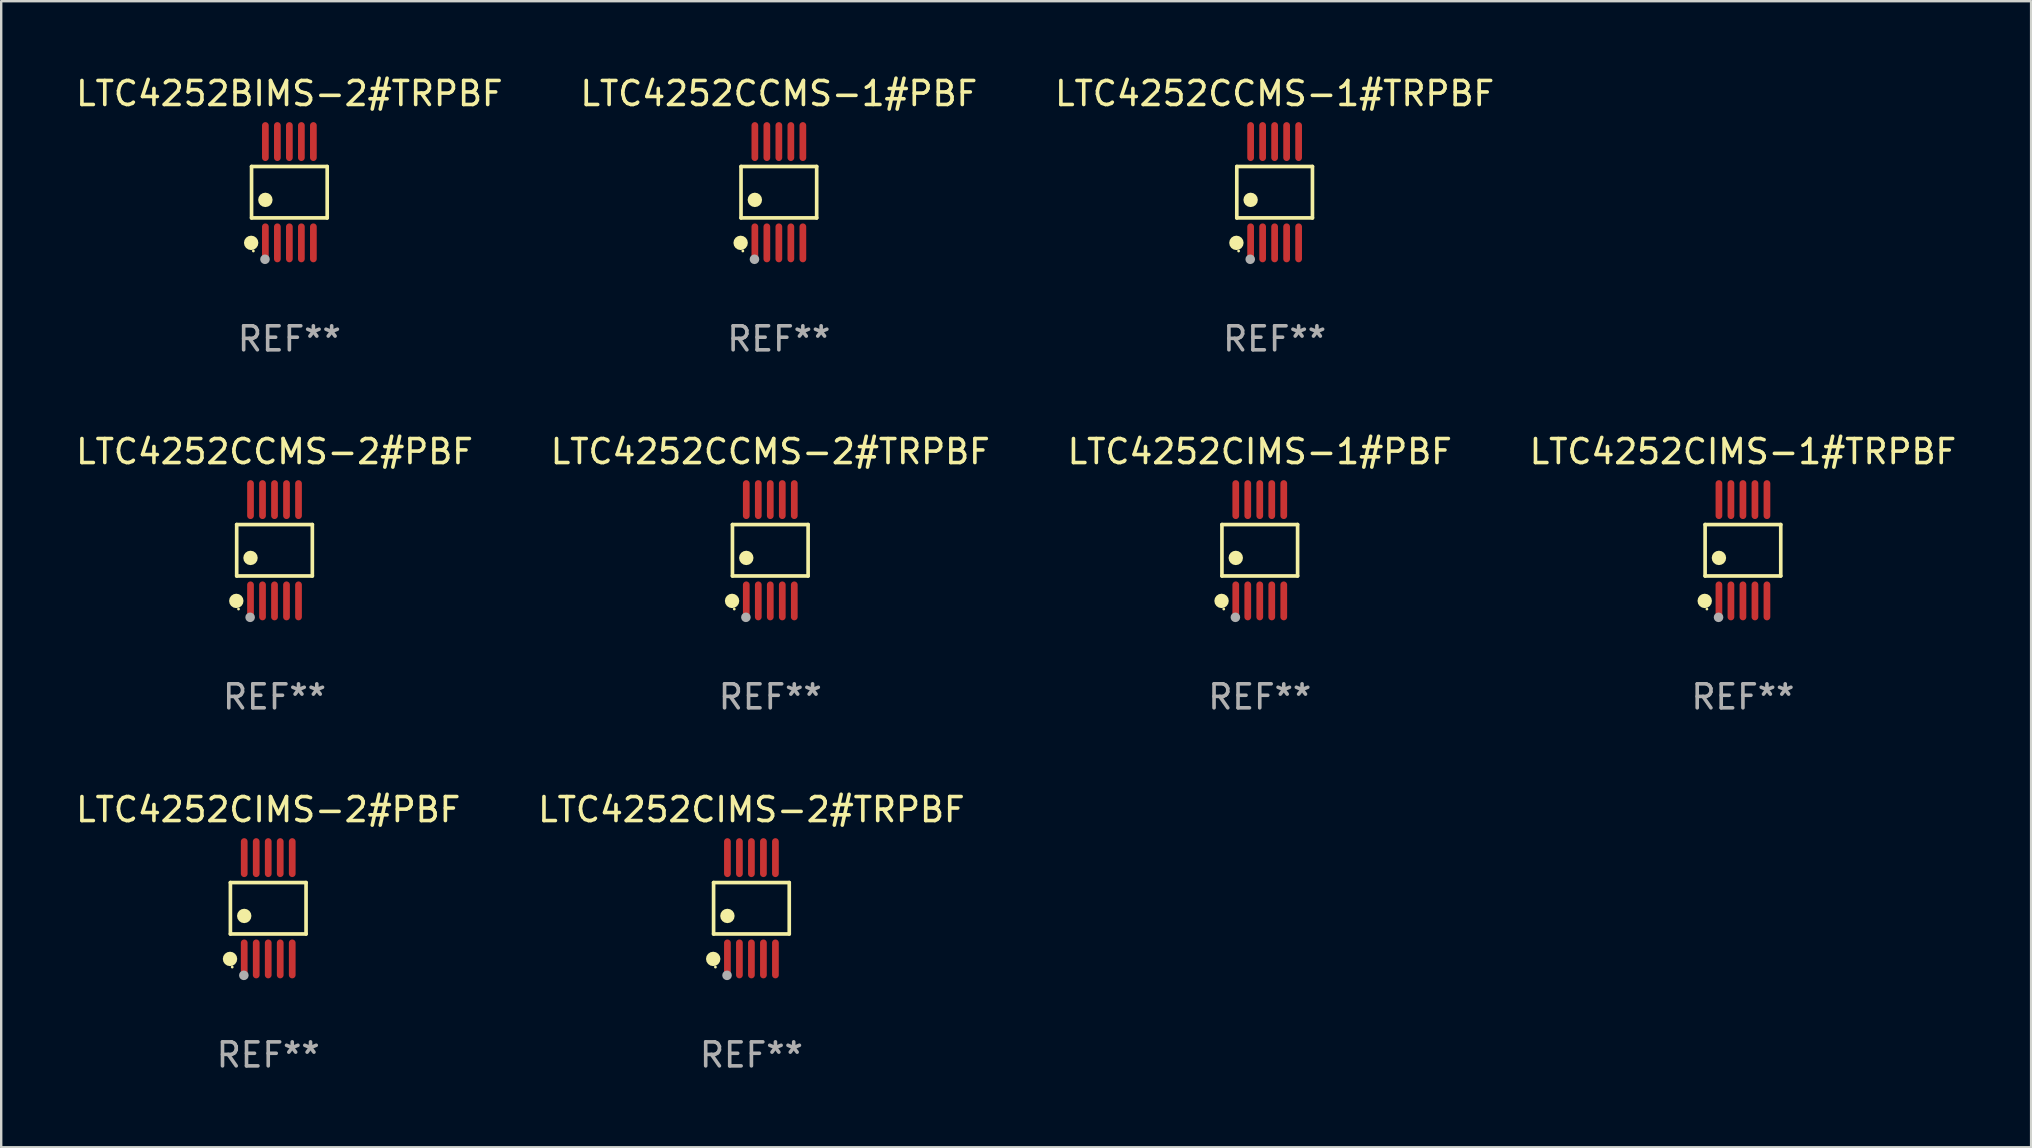
<source format=kicad_pcb>
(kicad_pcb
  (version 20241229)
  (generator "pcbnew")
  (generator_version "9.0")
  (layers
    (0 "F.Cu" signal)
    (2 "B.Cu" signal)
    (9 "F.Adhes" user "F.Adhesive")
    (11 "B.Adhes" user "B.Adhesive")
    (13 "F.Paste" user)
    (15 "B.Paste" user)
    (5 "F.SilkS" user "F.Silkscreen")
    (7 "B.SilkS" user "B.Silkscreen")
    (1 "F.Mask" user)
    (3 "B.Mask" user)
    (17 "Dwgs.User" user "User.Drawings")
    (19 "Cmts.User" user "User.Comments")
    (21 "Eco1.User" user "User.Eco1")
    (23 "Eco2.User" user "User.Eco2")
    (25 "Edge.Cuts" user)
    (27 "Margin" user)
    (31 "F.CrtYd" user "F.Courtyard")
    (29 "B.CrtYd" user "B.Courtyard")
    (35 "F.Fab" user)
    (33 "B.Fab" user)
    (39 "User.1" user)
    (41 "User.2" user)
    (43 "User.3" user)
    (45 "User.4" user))
  (footprint "LTC4252CIMS-1#TRPBF"
    (layer "F.Cu")
    (at 69.565 19.875)
    (property "Reference" "LTC4252CIMS-1#TRPBF" (at 0 -4.11 0) (layer "F.SilkS") (effects (font (size 1 1) (thickness 0.15))))
    (attr through_hole)
    (fp_line (start -1.576 -1.071) (end 1.576 -1.071) (stroke (width 0.152) (type solid)) (layer "F.SilkS"))
    (fp_line (start -1.576 1.071) (end -1.576 -1.071) (stroke (width 0.152) (type solid)) (layer "F.SilkS"))
    (fp_line (start 1.576 -1.071) (end 1.576 1.071) (stroke (width 0.152) (type solid)) (layer "F.SilkS"))
    (fp_line (start 1.576 1.071) (end -1.576 1.071) (stroke (width 0.152) (type solid)) (layer "F.SilkS"))
    (fp_circle (center -1.592 2.11) (end -1.442 2.11) (stroke (width 0.3) (type solid)) (fill no) (layer "F.SilkS"))
    (fp_circle (center -1.5 2.45) (end -1.47 2.45) (stroke (width 0.06) (type solid)) (fill no) (layer "F.SilkS"))
    (fp_circle (center -1 0.319) (end -0.85 0.319) (stroke (width 0.3) (type solid)) (fill no) (layer "F.SilkS"))
    (fp_circle (center -1.016 2.794) (end -0.916 2.794) (stroke (width 0.2) (type solid)) (fill no) (layer "F.Fab"))
    (fp_text user "REF**" (at 0 6.11 0) (layer "F.Fab") (effects (font (size 1 1) (thickness 0.15))))
    (pad "1" smd oval (at -1 2.11) (size 0.28 1.62) (layers "F.Cu" "F.Mask" "F.Paste"))
    (pad "2" smd oval (at -0.5 2.11) (size 0.28 1.62) (layers "F.Cu" "F.Mask" "F.Paste"))
    (pad "3" smd oval (at 0 2.11) (size 0.28 1.62) (layers "F.Cu" "F.Mask" "F.Paste"))
    (pad "4" smd oval (at 0.5 2.11) (size 0.28 1.62) (layers "F.Cu" "F.Mask" "F.Paste"))
    (pad "5" smd oval (at 1 2.11) (size 0.28 1.62) (layers "F.Cu" "F.Mask" "F.Paste"))
    (pad "6" smd oval (at 1 -2.11) (size 0.28 1.62) (layers "F.Cu" "F.Mask" "F.Paste"))
    (pad "7" smd oval (at 0.5 -2.11) (size 0.28 1.62) (layers "F.Cu" "F.Mask" "F.Paste"))
    (pad "8" smd oval (at 0 -2.11) (size 0.28 1.62) (layers "F.Cu" "F.Mask" "F.Paste"))
    (pad "9" smd oval (at -0.5 -2.11) (size 0.28 1.62) (layers "F.Cu" "F.Mask" "F.Paste"))
    (pad "10" smd oval (at -1 -2.11) (size 0.28 1.62) (layers "F.Cu" "F.Mask" "F.Paste")))
  (footprint "LTC4252CIMS-2#TRPBF"
    (layer "F.Cu")
    (at 28.256 34.791)
    (property "Reference" "LTC4252CIMS-2#TRPBF" (at 0 -4.11 0) (layer "F.SilkS") (effects (font (size 1 1) (thickness 0.15))))
    (attr through_hole)
    (fp_line (start -1.576 -1.071) (end 1.576 -1.071) (stroke (width 0.152) (type solid)) (layer "F.SilkS"))
    (fp_line (start -1.576 1.071) (end -1.576 -1.071) (stroke (width 0.152) (type solid)) (layer "F.SilkS"))
    (fp_line (start 1.576 -1.071) (end 1.576 1.071) (stroke (width 0.152) (type solid)) (layer "F.SilkS"))
    (fp_line (start 1.576 1.071) (end -1.576 1.071) (stroke (width 0.152) (type solid)) (layer "F.SilkS"))
    (fp_circle (center -1.592 2.11) (end -1.442 2.11) (stroke (width 0.3) (type solid)) (fill no) (layer "F.SilkS"))
    (fp_circle (center -1.5 2.45) (end -1.47 2.45) (stroke (width 0.06) (type solid)) (fill no) (layer "F.SilkS"))
    (fp_circle (center -1 0.319) (end -0.85 0.319) (stroke (width 0.3) (type solid)) (fill no) (layer "F.SilkS"))
    (fp_circle (center -1.016 2.794) (end -0.916 2.794) (stroke (width 0.2) (type solid)) (fill no) (layer "F.Fab"))
    (fp_text user "REF**" (at 0 6.11 0) (layer "F.Fab") (effects (font (size 1 1) (thickness 0.15))))
    (pad "1" smd oval (at -1 2.11) (size 0.28 1.62) (layers "F.Cu" "F.Mask" "F.Paste"))
    (pad "2" smd oval (at -0.5 2.11) (size 0.28 1.62) (layers "F.Cu" "F.Mask" "F.Paste"))
    (pad "3" smd oval (at 0 2.11) (size 0.28 1.62) (layers "F.Cu" "F.Mask" "F.Paste"))
    (pad "4" smd oval (at 0.5 2.11) (size 0.28 1.62) (layers "F.Cu" "F.Mask" "F.Paste"))
    (pad "5" smd oval (at 1 2.11) (size 0.28 1.62) (layers "F.Cu" "F.Mask" "F.Paste"))
    (pad "6" smd oval (at 1 -2.11) (size 0.28 1.62) (layers "F.Cu" "F.Mask" "F.Paste"))
    (pad "7" smd oval (at 0.5 -2.11) (size 0.28 1.62) (layers "F.Cu" "F.Mask" "F.Paste"))
    (pad "8" smd oval (at 0 -2.11) (size 0.28 1.62) (layers "F.Cu" "F.Mask" "F.Paste"))
    (pad "9" smd oval (at -0.5 -2.11) (size 0.28 1.62) (layers "F.Cu" "F.Mask" "F.Paste"))
    (pad "10" smd oval (at -1 -2.11) (size 0.28 1.62) (layers "F.Cu" "F.Mask" "F.Paste")))
  (footprint "LTC4252CCMS-2#PBF"
    (layer "F.Cu")
    (at 8.387 19.875)
    (property "Reference" "LTC4252CCMS-2#PBF" (at 0 -4.11 0) (layer "F.SilkS") (effects (font (size 1 1) (thickness 0.15))))
    (attr through_hole)
    (fp_line (start -1.576 -1.071) (end 1.576 -1.071) (stroke (width 0.152) (type solid)) (layer "F.SilkS"))
    (fp_line (start -1.576 1.071) (end -1.576 -1.071) (stroke (width 0.152) (type solid)) (layer "F.SilkS"))
    (fp_line (start 1.576 -1.071) (end 1.576 1.071) (stroke (width 0.152) (type solid)) (layer "F.SilkS"))
    (fp_line (start 1.576 1.071) (end -1.576 1.071) (stroke (width 0.152) (type solid)) (layer "F.SilkS"))
    (fp_circle (center -1.592 2.11) (end -1.442 2.11) (stroke (width 0.3) (type solid)) (fill no) (layer "F.SilkS"))
    (fp_circle (center -1.5 2.45) (end -1.47 2.45) (stroke (width 0.06) (type solid)) (fill no) (layer "F.SilkS"))
    (fp_circle (center -1 0.319) (end -0.85 0.319) (stroke (width 0.3) (type solid)) (fill no) (layer "F.SilkS"))
    (fp_circle (center -1.016 2.794) (end -0.916 2.794) (stroke (width 0.2) (type solid)) (fill no) (layer "F.Fab"))
    (fp_text user "REF**" (at 0 6.11 0) (layer "F.Fab") (effects (font (size 1 1) (thickness 0.15))))
    (pad "1" smd oval (at -1 2.11) (size 0.28 1.62) (layers "F.Cu" "F.Mask" "F.Paste"))
    (pad "2" smd oval (at -0.5 2.11) (size 0.28 1.62) (layers "F.Cu" "F.Mask" "F.Paste"))
    (pad "3" smd oval (at 0 2.11) (size 0.28 1.62) (layers "F.Cu" "F.Mask" "F.Paste"))
    (pad "4" smd oval (at 0.5 2.11) (size 0.28 1.62) (layers "F.Cu" "F.Mask" "F.Paste"))
    (pad "5" smd oval (at 1 2.11) (size 0.28 1.62) (layers "F.Cu" "F.Mask" "F.Paste"))
    (pad "6" smd oval (at 1 -2.11) (size 0.28 1.62) (layers "F.Cu" "F.Mask" "F.Paste"))
    (pad "7" smd oval (at 0.5 -2.11) (size 0.28 1.62) (layers "F.Cu" "F.Mask" "F.Paste"))
    (pad "8" smd oval (at 0 -2.11) (size 0.28 1.62) (layers "F.Cu" "F.Mask" "F.Paste"))
    (pad "9" smd oval (at -0.5 -2.11) (size 0.28 1.62) (layers "F.Cu" "F.Mask" "F.Paste"))
    (pad "10" smd oval (at -1 -2.11) (size 0.28 1.62) (layers "F.Cu" "F.Mask" "F.Paste")))
  (footprint "LTC4252CCMS-1#PBF"
    (layer "F.Cu")
    (at 29.399 4.958)
    (property "Reference" "LTC4252CCMS-1#PBF" (at 0 -4.11 0) (layer "F.SilkS") (effects (font (size 1 1) (thickness 0.15))))
    (attr through_hole)
    (fp_line (start -1.576 -1.071) (end 1.576 -1.071) (stroke (width 0.152) (type solid)) (layer "F.SilkS"))
    (fp_line (start -1.576 1.071) (end -1.576 -1.071) (stroke (width 0.152) (type solid)) (layer "F.SilkS"))
    (fp_line (start 1.576 -1.071) (end 1.576 1.071) (stroke (width 0.152) (type solid)) (layer "F.SilkS"))
    (fp_line (start 1.576 1.071) (end -1.576 1.071) (stroke (width 0.152) (type solid)) (layer "F.SilkS"))
    (fp_circle (center -1.592 2.11) (end -1.442 2.11) (stroke (width 0.3) (type solid)) (fill no) (layer "F.SilkS"))
    (fp_circle (center -1.5 2.45) (end -1.47 2.45) (stroke (width 0.06) (type solid)) (fill no) (layer "F.SilkS"))
    (fp_circle (center -1 0.319) (end -0.85 0.319) (stroke (width 0.3) (type solid)) (fill no) (layer "F.SilkS"))
    (fp_circle (center -1.016 2.794) (end -0.916 2.794) (stroke (width 0.2) (type solid)) (fill no) (layer "F.Fab"))
    (fp_text user "REF**" (at 0 6.11 0) (layer "F.Fab") (effects (font (size 1 1) (thickness 0.15))))
    (pad "1" smd oval (at -1 2.11) (size 0.28 1.62) (layers "F.Cu" "F.Mask" "F.Paste"))
    (pad "2" smd oval (at -0.5 2.11) (size 0.28 1.62) (layers "F.Cu" "F.Mask" "F.Paste"))
    (pad "3" smd oval (at 0 2.11) (size 0.28 1.62) (layers "F.Cu" "F.Mask" "F.Paste"))
    (pad "4" smd oval (at 0.5 2.11) (size 0.28 1.62) (layers "F.Cu" "F.Mask" "F.Paste"))
    (pad "5" smd oval (at 1 2.11) (size 0.28 1.62) (layers "F.Cu" "F.Mask" "F.Paste"))
    (pad "6" smd oval (at 1 -2.11) (size 0.28 1.62) (layers "F.Cu" "F.Mask" "F.Paste"))
    (pad "7" smd oval (at 0.5 -2.11) (size 0.28 1.62) (layers "F.Cu" "F.Mask" "F.Paste"))
    (pad "8" smd oval (at 0 -2.11) (size 0.28 1.62) (layers "F.Cu" "F.Mask" "F.Paste"))
    (pad "9" smd oval (at -0.5 -2.11) (size 0.28 1.62) (layers "F.Cu" "F.Mask" "F.Paste"))
    (pad "10" smd oval (at -1 -2.11) (size 0.28 1.62) (layers "F.Cu" "F.Mask" "F.Paste")))
  (footprint "LTC4252CCMS-2#TRPBF"
    (layer "F.Cu")
    (at 29.042 19.875)
    (property "Reference" "LTC4252CCMS-2#TRPBF" (at 0 -4.11 0) (layer "F.SilkS") (effects (font (size 1 1) (thickness 0.15))))
    (attr through_hole)
    (fp_line (start -1.576 -1.071) (end 1.576 -1.071) (stroke (width 0.152) (type solid)) (layer "F.SilkS"))
    (fp_line (start -1.576 1.071) (end -1.576 -1.071) (stroke (width 0.152) (type solid)) (layer "F.SilkS"))
    (fp_line (start 1.576 -1.071) (end 1.576 1.071) (stroke (width 0.152) (type solid)) (layer "F.SilkS"))
    (fp_line (start 1.576 1.071) (end -1.576 1.071) (stroke (width 0.152) (type solid)) (layer "F.SilkS"))
    (fp_circle (center -1.592 2.11) (end -1.442 2.11) (stroke (width 0.3) (type solid)) (fill no) (layer "F.SilkS"))
    (fp_circle (center -1.5 2.45) (end -1.47 2.45) (stroke (width 0.06) (type solid)) (fill no) (layer "F.SilkS"))
    (fp_circle (center -1 0.319) (end -0.85 0.319) (stroke (width 0.3) (type solid)) (fill no) (layer "F.SilkS"))
    (fp_circle (center -1.016 2.794) (end -0.916 2.794) (stroke (width 0.2) (type solid)) (fill no) (layer "F.Fab"))
    (fp_text user "REF**" (at 0 6.11 0) (layer "F.Fab") (effects (font (size 1 1) (thickness 0.15))))
    (pad "1" smd oval (at -1 2.11) (size 0.28 1.62) (layers "F.Cu" "F.Mask" "F.Paste"))
    (pad "2" smd oval (at -0.5 2.11) (size 0.28 1.62) (layers "F.Cu" "F.Mask" "F.Paste"))
    (pad "3" smd oval (at 0 2.11) (size 0.28 1.62) (layers "F.Cu" "F.Mask" "F.Paste"))
    (pad "4" smd oval (at 0.5 2.11) (size 0.28 1.62) (layers "F.Cu" "F.Mask" "F.Paste"))
    (pad "5" smd oval (at 1 2.11) (size 0.28 1.62) (layers "F.Cu" "F.Mask" "F.Paste"))
    (pad "6" smd oval (at 1 -2.11) (size 0.28 1.62) (layers "F.Cu" "F.Mask" "F.Paste"))
    (pad "7" smd oval (at 0.5 -2.11) (size 0.28 1.62) (layers "F.Cu" "F.Mask" "F.Paste"))
    (pad "8" smd oval (at 0 -2.11) (size 0.28 1.62) (layers "F.Cu" "F.Mask" "F.Paste"))
    (pad "9" smd oval (at -0.5 -2.11) (size 0.28 1.62) (layers "F.Cu" "F.Mask" "F.Paste"))
    (pad "10" smd oval (at -1 -2.11) (size 0.28 1.62) (layers "F.Cu" "F.Mask" "F.Paste")))
  (footprint "LTC4252CIMS-1#PBF"
    (layer "F.Cu")
    (at 49.435 19.875)
    (property "Reference" "LTC4252CIMS-1#PBF" (at 0 -4.11 0) (layer "F.SilkS") (effects (font (size 1 1) (thickness 0.15))))
    (attr through_hole)
    (fp_line (start -1.576 -1.071) (end 1.576 -1.071) (stroke (width 0.152) (type solid)) (layer "F.SilkS"))
    (fp_line (start -1.576 1.071) (end -1.576 -1.071) (stroke (width 0.152) (type solid)) (layer "F.SilkS"))
    (fp_line (start 1.576 -1.071) (end 1.576 1.071) (stroke (width 0.152) (type solid)) (layer "F.SilkS"))
    (fp_line (start 1.576 1.071) (end -1.576 1.071) (stroke (width 0.152) (type solid)) (layer "F.SilkS"))
    (fp_circle (center -1.592 2.11) (end -1.442 2.11) (stroke (width 0.3) (type solid)) (fill no) (layer "F.SilkS"))
    (fp_circle (center -1.5 2.45) (end -1.47 2.45) (stroke (width 0.06) (type solid)) (fill no) (layer "F.SilkS"))
    (fp_circle (center -1 0.319) (end -0.85 0.319) (stroke (width 0.3) (type solid)) (fill no) (layer "F.SilkS"))
    (fp_circle (center -1.016 2.794) (end -0.916 2.794) (stroke (width 0.2) (type solid)) (fill no) (layer "F.Fab"))
    (fp_text user "REF**" (at 0 6.11 0) (layer "F.Fab") (effects (font (size 1 1) (thickness 0.15))))
    (pad "1" smd oval (at -1 2.11) (size 0.28 1.62) (layers "F.Cu" "F.Mask" "F.Paste"))
    (pad "2" smd oval (at -0.5 2.11) (size 0.28 1.62) (layers "F.Cu" "F.Mask" "F.Paste"))
    (pad "3" smd oval (at 0 2.11) (size 0.28 1.62) (layers "F.Cu" "F.Mask" "F.Paste"))
    (pad "4" smd oval (at 0.5 2.11) (size 0.28 1.62) (layers "F.Cu" "F.Mask" "F.Paste"))
    (pad "5" smd oval (at 1 2.11) (size 0.28 1.62) (layers "F.Cu" "F.Mask" "F.Paste"))
    (pad "6" smd oval (at 1 -2.11) (size 0.28 1.62) (layers "F.Cu" "F.Mask" "F.Paste"))
    (pad "7" smd oval (at 0.5 -2.11) (size 0.28 1.62) (layers "F.Cu" "F.Mask" "F.Paste"))
    (pad "8" smd oval (at 0 -2.11) (size 0.28 1.62) (layers "F.Cu" "F.Mask" "F.Paste"))
    (pad "9" smd oval (at -0.5 -2.11) (size 0.28 1.62) (layers "F.Cu" "F.Mask" "F.Paste"))
    (pad "10" smd oval (at -1 -2.11) (size 0.28 1.62) (layers "F.Cu" "F.Mask" "F.Paste")))
  (footprint "LTC4252CIMS-2#PBF"
    (layer "F.Cu")
    (at 8.125 34.791)
    (property "Reference" "LTC4252CIMS-2#PBF" (at 0 -4.11 0) (layer "F.SilkS") (effects (font (size 1 1) (thickness 0.15))))
    (attr through_hole)
    (fp_line (start -1.576 -1.071) (end 1.576 -1.071) (stroke (width 0.152) (type solid)) (layer "F.SilkS"))
    (fp_line (start -1.576 1.071) (end -1.576 -1.071) (stroke (width 0.152) (type solid)) (layer "F.SilkS"))
    (fp_line (start 1.576 -1.071) (end 1.576 1.071) (stroke (width 0.152) (type solid)) (layer "F.SilkS"))
    (fp_line (start 1.576 1.071) (end -1.576 1.071) (stroke (width 0.152) (type solid)) (layer "F.SilkS"))
    (fp_circle (center -1.592 2.11) (end -1.442 2.11) (stroke (width 0.3) (type solid)) (fill no) (layer "F.SilkS"))
    (fp_circle (center -1.5 2.45) (end -1.47 2.45) (stroke (width 0.06) (type solid)) (fill no) (layer "F.SilkS"))
    (fp_circle (center -1 0.319) (end -0.85 0.319) (stroke (width 0.3) (type solid)) (fill no) (layer "F.SilkS"))
    (fp_circle (center -1.016 2.794) (end -0.916 2.794) (stroke (width 0.2) (type solid)) (fill no) (layer "F.Fab"))
    (fp_text user "REF**" (at 0 6.11 0) (layer "F.Fab") (effects (font (size 1 1) (thickness 0.15))))
    (pad "1" smd oval (at -1 2.11) (size 0.28 1.62) (layers "F.Cu" "F.Mask" "F.Paste"))
    (pad "2" smd oval (at -0.5 2.11) (size 0.28 1.62) (layers "F.Cu" "F.Mask" "F.Paste"))
    (pad "3" smd oval (at 0 2.11) (size 0.28 1.62) (layers "F.Cu" "F.Mask" "F.Paste"))
    (pad "4" smd oval (at 0.5 2.11) (size 0.28 1.62) (layers "F.Cu" "F.Mask" "F.Paste"))
    (pad "5" smd oval (at 1 2.11) (size 0.28 1.62) (layers "F.Cu" "F.Mask" "F.Paste"))
    (pad "6" smd oval (at 1 -2.11) (size 0.28 1.62) (layers "F.Cu" "F.Mask" "F.Paste"))
    (pad "7" smd oval (at 0.5 -2.11) (size 0.28 1.62) (layers "F.Cu" "F.Mask" "F.Paste"))
    (pad "8" smd oval (at 0 -2.11) (size 0.28 1.62) (layers "F.Cu" "F.Mask" "F.Paste"))
    (pad "9" smd oval (at -0.5 -2.11) (size 0.28 1.62) (layers "F.Cu" "F.Mask" "F.Paste"))
    (pad "10" smd oval (at -1 -2.11) (size 0.28 1.62) (layers "F.Cu" "F.Mask" "F.Paste")))
  (footprint "LTC4252BIMS-2#TRPBF"
    (layer "F.Cu")
    (at 9.006 4.958)
    (property "Reference" "LTC4252BIMS-2#TRPBF" (at 0 -4.11 0) (layer "F.SilkS") (effects (font (size 1 1) (thickness 0.15))))
    (attr through_hole)
    (fp_line (start -1.576 -1.071) (end 1.576 -1.071) (stroke (width 0.152) (type solid)) (layer "F.SilkS"))
    (fp_line (start -1.576 1.071) (end -1.576 -1.071) (stroke (width 0.152) (type solid)) (layer "F.SilkS"))
    (fp_line (start 1.576 -1.071) (end 1.576 1.071) (stroke (width 0.152) (type solid)) (layer "F.SilkS"))
    (fp_line (start 1.576 1.071) (end -1.576 1.071) (stroke (width 0.152) (type solid)) (layer "F.SilkS"))
    (fp_circle (center -1.592 2.11) (end -1.442 2.11) (stroke (width 0.3) (type solid)) (fill no) (layer "F.SilkS"))
    (fp_circle (center -1.5 2.45) (end -1.47 2.45) (stroke (width 0.06) (type solid)) (fill no) (layer "F.SilkS"))
    (fp_circle (center -1 0.319) (end -0.85 0.319) (stroke (width 0.3) (type solid)) (fill no) (layer "F.SilkS"))
    (fp_circle (center -1.016 2.794) (end -0.916 2.794) (stroke (width 0.2) (type solid)) (fill no) (layer "F.Fab"))
    (fp_text user "REF**" (at 0 6.11 0) (layer "F.Fab") (effects (font (size 1 1) (thickness 0.15))))
    (pad "1" smd oval (at -1 2.11) (size 0.28 1.62) (layers "F.Cu" "F.Mask" "F.Paste"))
    (pad "2" smd oval (at -0.5 2.11) (size 0.28 1.62) (layers "F.Cu" "F.Mask" "F.Paste"))
    (pad "3" smd oval (at 0 2.11) (size 0.28 1.62) (layers "F.Cu" "F.Mask" "F.Paste"))
    (pad "4" smd oval (at 0.5 2.11) (size 0.28 1.62) (layers "F.Cu" "F.Mask" "F.Paste"))
    (pad "5" smd oval (at 1 2.11) (size 0.28 1.62) (layers "F.Cu" "F.Mask" "F.Paste"))
    (pad "6" smd oval (at 1 -2.11) (size 0.28 1.62) (layers "F.Cu" "F.Mask" "F.Paste"))
    (pad "7" smd oval (at 0.5 -2.11) (size 0.28 1.62) (layers "F.Cu" "F.Mask" "F.Paste"))
    (pad "8" smd oval (at 0 -2.11) (size 0.28 1.62) (layers "F.Cu" "F.Mask" "F.Paste"))
    (pad "9" smd oval (at -0.5 -2.11) (size 0.28 1.62) (layers "F.Cu" "F.Mask" "F.Paste"))
    (pad "10" smd oval (at -1 -2.11) (size 0.28 1.62) (layers "F.Cu" "F.Mask" "F.Paste")))
  (footprint "LTC4252CCMS-1#TRPBF"
    (layer "F.Cu")
    (at 50.054 4.958)
    (property "Reference" "LTC4252CCMS-1#TRPBF" (at 0 -4.11 0) (layer "F.SilkS") (effects (font (size 1 1) (thickness 0.15))))
    (attr through_hole)
    (fp_line (start -1.576 -1.071) (end 1.576 -1.071) (stroke (width 0.152) (type solid)) (layer "F.SilkS"))
    (fp_line (start -1.576 1.071) (end -1.576 -1.071) (stroke (width 0.152) (type solid)) (layer "F.SilkS"))
    (fp_line (start 1.576 -1.071) (end 1.576 1.071) (stroke (width 0.152) (type solid)) (layer "F.SilkS"))
    (fp_line (start 1.576 1.071) (end -1.576 1.071) (stroke (width 0.152) (type solid)) (layer "F.SilkS"))
    (fp_circle (center -1.592 2.11) (end -1.442 2.11) (stroke (width 0.3) (type solid)) (fill no) (layer "F.SilkS"))
    (fp_circle (center -1.5 2.45) (end -1.47 2.45) (stroke (width 0.06) (type solid)) (fill no) (layer "F.SilkS"))
    (fp_circle (center -1 0.319) (end -0.85 0.319) (stroke (width 0.3) (type solid)) (fill no) (layer "F.SilkS"))
    (fp_circle (center -1.016 2.794) (end -0.916 2.794) (stroke (width 0.2) (type solid)) (fill no) (layer "F.Fab"))
    (fp_text user "REF**" (at 0 6.11 0) (layer "F.Fab") (effects (font (size 1 1) (thickness 0.15))))
    (pad "1" smd oval (at -1 2.11) (size 0.28 1.62) (layers "F.Cu" "F.Mask" "F.Paste"))
    (pad "2" smd oval (at -0.5 2.11) (size 0.28 1.62) (layers "F.Cu" "F.Mask" "F.Paste"))
    (pad "3" smd oval (at 0 2.11) (size 0.28 1.62) (layers "F.Cu" "F.Mask" "F.Paste"))
    (pad "4" smd oval (at 0.5 2.11) (size 0.28 1.62) (layers "F.Cu" "F.Mask" "F.Paste"))
    (pad "5" smd oval (at 1 2.11) (size 0.28 1.62) (layers "F.Cu" "F.Mask" "F.Paste"))
    (pad "6" smd oval (at 1 -2.11) (size 0.28 1.62) (layers "F.Cu" "F.Mask" "F.Paste"))
    (pad "7" smd oval (at 0.5 -2.11) (size 0.28 1.62) (layers "F.Cu" "F.Mask" "F.Paste"))
    (pad "8" smd oval (at 0 -2.11) (size 0.28 1.62) (layers "F.Cu" "F.Mask" "F.Paste"))
    (pad "9" smd oval (at -0.5 -2.11) (size 0.28 1.62) (layers "F.Cu" "F.Mask" "F.Paste"))
    (pad "10" smd oval (at -1 -2.11) (size 0.28 1.62) (layers "F.Cu" "F.Mask" "F.Paste")))
  (gr_rect
    (start -3 -3)
    (end 81.571 44.749)
    (stroke (width 0.1) (type default))
    (fill no)
    (layer "Edge.Cuts")))
</source>
